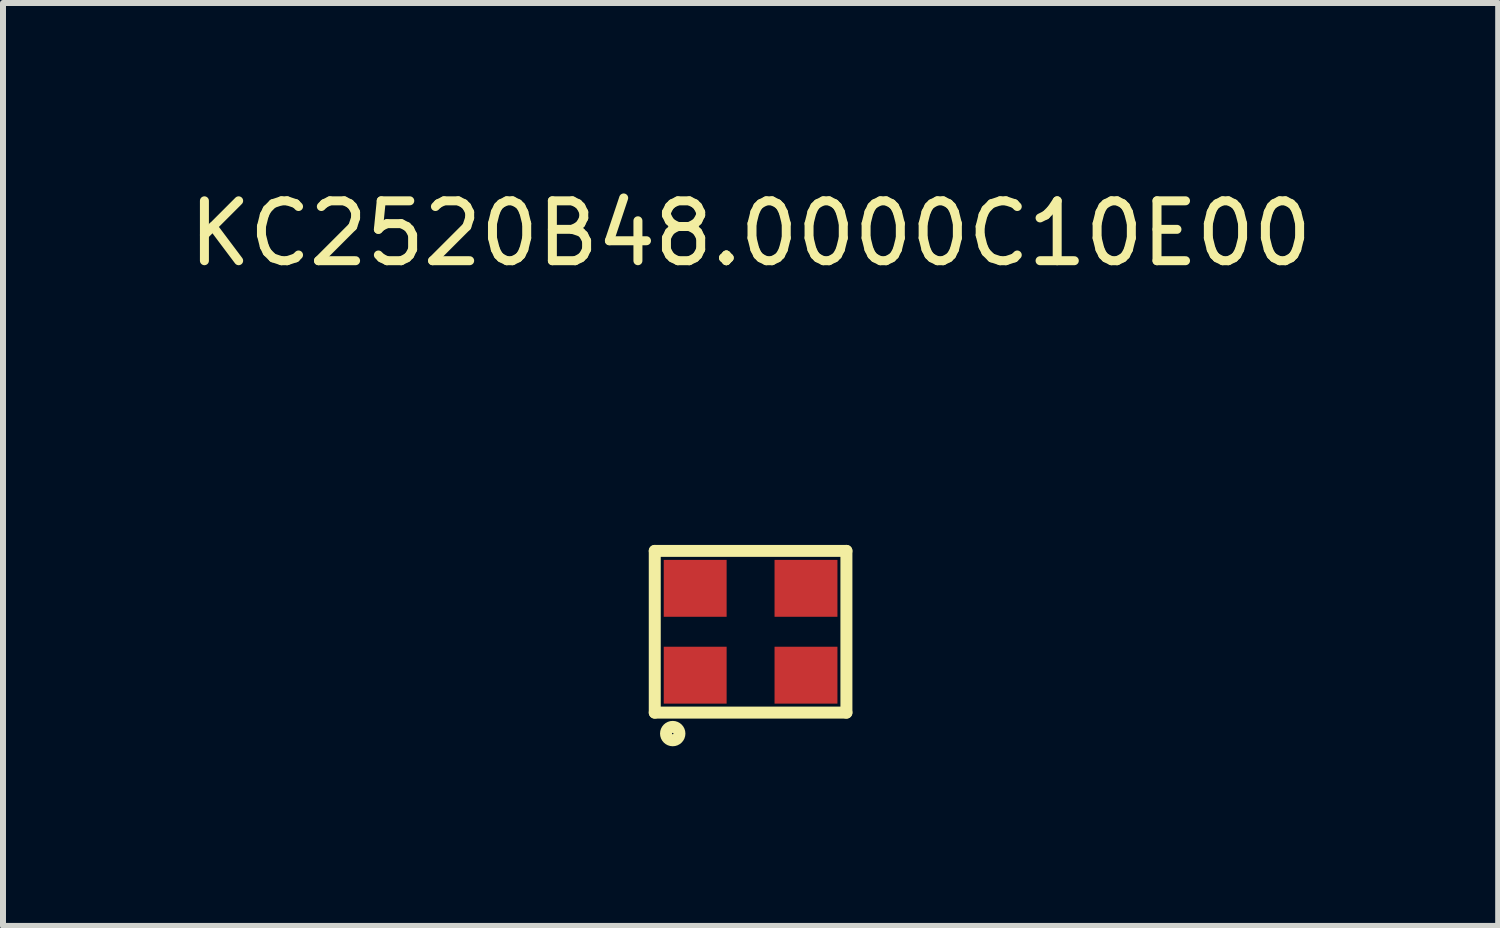
<source format=kicad_pcb>
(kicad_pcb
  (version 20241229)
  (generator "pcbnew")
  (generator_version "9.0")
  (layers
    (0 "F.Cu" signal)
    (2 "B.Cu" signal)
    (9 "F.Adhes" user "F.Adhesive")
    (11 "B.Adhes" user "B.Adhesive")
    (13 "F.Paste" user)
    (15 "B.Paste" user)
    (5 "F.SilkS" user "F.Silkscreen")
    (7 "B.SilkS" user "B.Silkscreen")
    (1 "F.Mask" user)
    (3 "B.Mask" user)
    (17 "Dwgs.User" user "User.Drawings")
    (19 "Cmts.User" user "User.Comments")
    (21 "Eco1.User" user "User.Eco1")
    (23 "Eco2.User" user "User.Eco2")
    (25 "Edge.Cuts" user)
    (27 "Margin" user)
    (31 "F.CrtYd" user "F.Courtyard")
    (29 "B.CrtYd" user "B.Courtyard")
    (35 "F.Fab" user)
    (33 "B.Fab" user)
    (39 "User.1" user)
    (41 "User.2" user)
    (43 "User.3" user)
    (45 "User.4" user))
  (footprint "KC2520B48.0000C10E00"
    (layer "F.Cu")
    (at 9.482 7.498)
    (property "Reference" "KC2520B48.0000C10E00" (at 0 -6.65 0) (layer "F.SilkS") (effects (font (size 1 1) (thickness 0.15))))
    (attr through_hole)
    (fp_line (start -1.6 -1.35) (end 1.6 -1.35) (stroke (width 0.2) (type solid)) (layer "F.SilkS"))
    (fp_line (start -1.6 1.35) (end -1.6 -1.35) (stroke (width 0.2) (type solid)) (layer "F.SilkS"))
    (fp_line (start 1.6 -1.35) (end 1.6 1.35) (stroke (width 0.2) (type solid)) (layer "F.SilkS"))
    (fp_line (start 1.6 1.35) (end -1.6 1.35) (stroke (width 0.2) (type solid)) (layer "F.SilkS"))
    (fp_circle (center -1.3 1.7) (end -1.25 1.8) (stroke (width 0.2) (type solid)) (fill no) (layer "F.SilkS"))
    (pad "1" smd rect (at -0.925 0.725) (size 1.05 0.95) (layers "F.Cu" "F.Mask" "F.Paste"))
    (pad "2" smd rect (at 0.925 0.725) (size 1.05 0.95) (layers "F.Cu" "F.Mask" "F.Paste"))
    (pad "3" smd rect (at 0.925 -0.725) (size 1.05 0.95) (layers "F.Cu" "F.Mask" "F.Paste"))
    (pad "4" smd rect (at -0.925 -0.725) (size 1.05 0.95) (layers "F.Cu" "F.Mask" "F.Paste")))
  (gr_rect
    (start -3 -3)
    (end 21.964 12.41)
    (stroke (width 0.1) (type default))
    (fill no)
    (layer "Edge.Cuts")))
</source>
